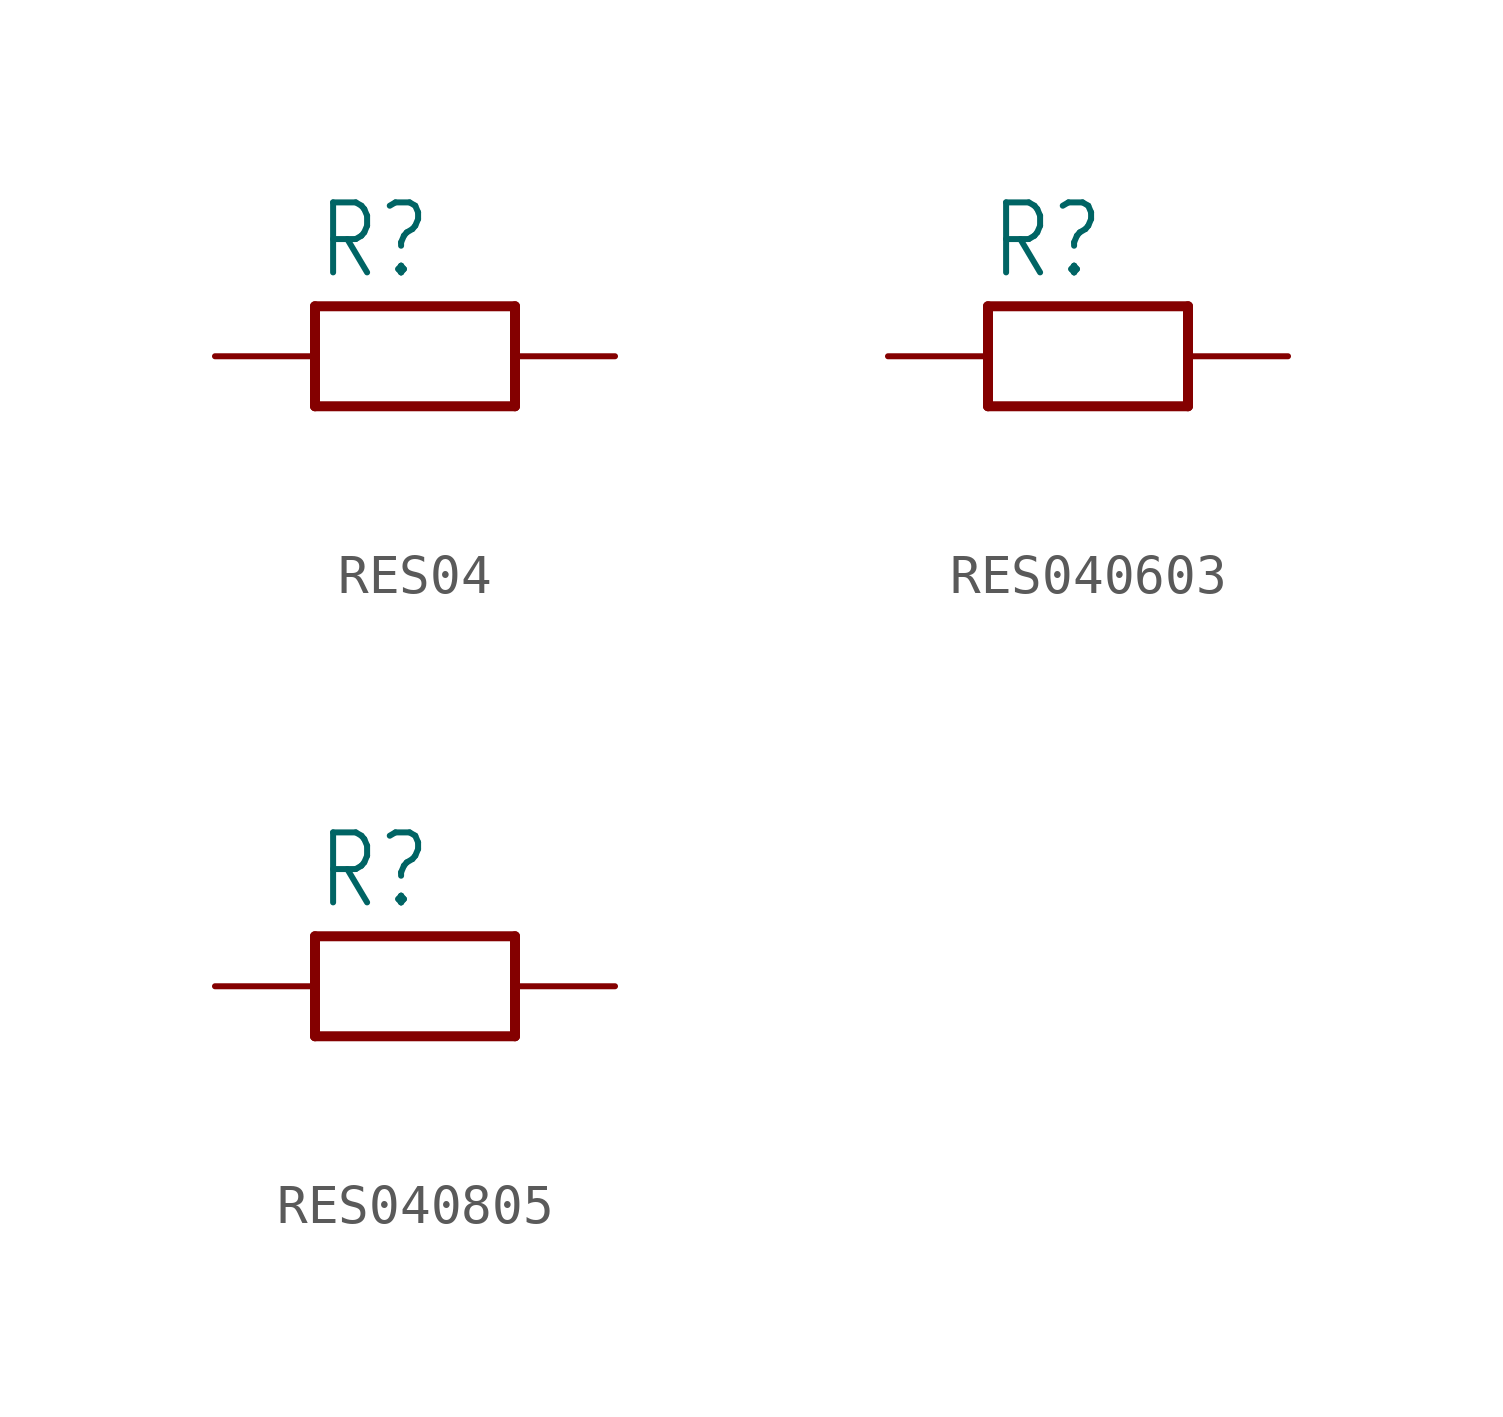
<source format=kicad_sym>
(kicad_symbol_lib
  (version 20220914)
  (generator kicad_symbol_editor)
  (symbol "RES04"
    (property "Reference" "R"
      (at -2.54 1.905 0)
      (effects (font (size 1.778 1.511)) (justify left bottom)))
    (property "Value" ""
      (at -2.54 -3.81 0)
      (effects (font (size 1.778 1.511)) (justify left bottom)))
    (property "ki_locked" ""
      (at 0 0 0)
      (effects (font (size 1.27 1.27))))
    (symbol "RES04_1_0"
      (polyline (pts (xy -2.54 -1.27) (xy 2.54 -1.27)) (stroke (width 0.254) (type solid)) (fill (type none)))
      (polyline (pts (xy -2.54 1.27) (xy -2.54 -1.27)) (stroke (width 0.254) (type solid)) (fill (type none)))
      (polyline (pts (xy 2.54 -1.27) (xy 2.54 1.27)) (stroke (width 0.254) (type solid)) (fill (type none)))
      (polyline (pts (xy 2.54 1.27) (xy -2.54 1.27)) (stroke (width 0.254) (type solid)) (fill (type none)))
      (pin passive line (at -5.08 0 0) (length 2.54) (name "1" (effects (font (size 0 0)))) (number "1" (effects (font (size 0 0)))))
      (pin passive line (at 5.08 0 180) (length 2.54) (name "2" (effects (font (size 0 0)))) (number "2" (effects (font (size 0 0)))))))
  (symbol "RES040603"
    (property "Reference" "R"
      (at -2.54 1.905 0)
      (effects (font (size 1.778 1.511)) (justify left bottom)))
    (property "Value" ""
      (at -2.54 -3.81 0)
      (effects (font (size 1.778 1.511)) (justify left bottom)))
    (property "ki_locked" ""
      (at 0 0 0)
      (effects (font (size 1.27 1.27))))
    (symbol "RES040603_1_0"
      (polyline (pts (xy -2.54 -1.27) (xy 2.54 -1.27)) (stroke (width 0.254) (type solid)) (fill (type none)))
      (polyline (pts (xy -2.54 1.27) (xy -2.54 -1.27)) (stroke (width 0.254) (type solid)) (fill (type none)))
      (polyline (pts (xy 2.54 -1.27) (xy 2.54 1.27)) (stroke (width 0.254) (type solid)) (fill (type none)))
      (polyline (pts (xy 2.54 1.27) (xy -2.54 1.27)) (stroke (width 0.254) (type solid)) (fill (type none)))
      (pin passive line (at -5.08 0 0) (length 2.54) (name "1" (effects (font (size 0 0)))) (number "1" (effects (font (size 0 0)))))
      (pin passive line (at 5.08 0 180) (length 2.54) (name "2" (effects (font (size 0 0)))) (number "2" (effects (font (size 0 0)))))))
  (symbol "RES040805"
    (property "Reference" "R"
      (at -2.54 1.905 0)
      (effects (font (size 1.778 1.511)) (justify left bottom)))
    (property "Value" ""
      (at -2.54 -3.81 0)
      (effects (font (size 1.778 1.511)) (justify left bottom)))
    (property "ki_locked" ""
      (at 0 0 0)
      (effects (font (size 1.27 1.27))))
    (symbol "RES040805_1_0"
      (polyline (pts (xy -2.54 -1.27) (xy 2.54 -1.27)) (stroke (width 0.254) (type solid)) (fill (type none)))
      (polyline (pts (xy -2.54 1.27) (xy -2.54 -1.27)) (stroke (width 0.254) (type solid)) (fill (type none)))
      (polyline (pts (xy 2.54 -1.27) (xy 2.54 1.27)) (stroke (width 0.254) (type solid)) (fill (type none)))
      (polyline (pts (xy 2.54 1.27) (xy -2.54 1.27)) (stroke (width 0.254) (type solid)) (fill (type none)))
      (pin passive line (at -5.08 0 0) (length 2.54) (name "1" (effects (font (size 0 0)))) (number "1" (effects (font (size 0 0)))))
      (pin passive line (at 5.08 0 180) (length 2.54) (name "2" (effects (font (size 0 0)))) (number "2" (effects (font (size 0 0))))))))
</source>
